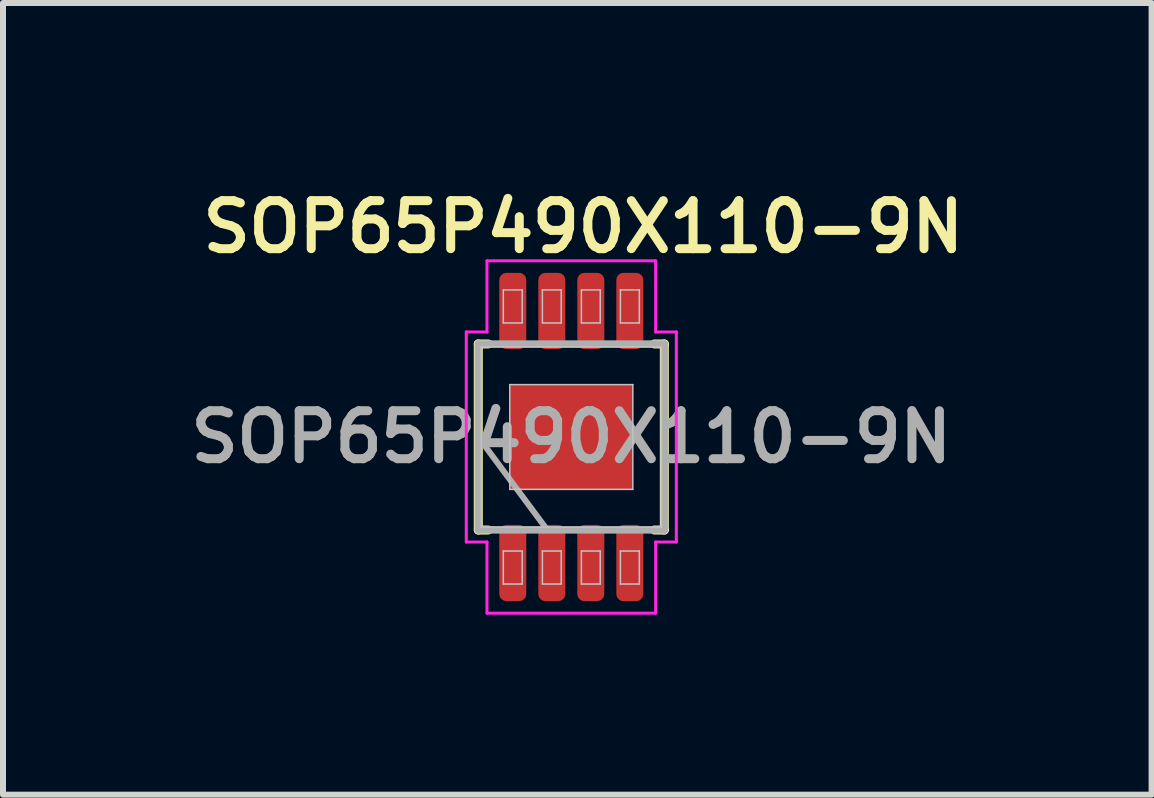
<source format=kicad_pcb>
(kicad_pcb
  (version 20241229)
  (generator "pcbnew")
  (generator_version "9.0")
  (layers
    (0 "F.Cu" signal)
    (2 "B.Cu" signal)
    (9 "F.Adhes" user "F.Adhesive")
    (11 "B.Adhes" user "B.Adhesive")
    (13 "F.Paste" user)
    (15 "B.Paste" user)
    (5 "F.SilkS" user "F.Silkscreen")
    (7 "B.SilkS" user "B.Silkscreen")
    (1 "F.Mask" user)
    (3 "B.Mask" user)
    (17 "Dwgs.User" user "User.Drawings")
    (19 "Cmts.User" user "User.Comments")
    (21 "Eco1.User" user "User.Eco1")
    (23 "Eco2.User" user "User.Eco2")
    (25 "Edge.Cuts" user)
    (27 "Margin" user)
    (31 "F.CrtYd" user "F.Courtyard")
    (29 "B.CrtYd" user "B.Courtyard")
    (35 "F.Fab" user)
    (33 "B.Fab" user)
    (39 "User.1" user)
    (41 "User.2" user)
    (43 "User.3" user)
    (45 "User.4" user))
  (footprint "SOP65P490X110-9N"
    (layer "F.Cu")
    (at 6.469 4.231)
    (property "Reference" "SOP65P490X110-9N" (at 0.2 -3.5 0) (layer "F.SilkS") (effects (font (size 0.8 0.8) (thickness 0.15))))
    (attr smd)
    (fp_line (start -1.55 -1.55) (end -1.385 -1.55) (stroke (width 0.15) (type solid)) (layer "F.SilkS"))
    (fp_line (start -1.55 1.55) (end -1.55 -1.55) (stroke (width 0.15) (type solid)) (layer "F.SilkS"))
    (fp_line (start -1.385 1.55) (end -1.55 1.55) (stroke (width 0.15) (type solid)) (layer "F.SilkS"))
    (fp_line (start 1.385 1.55) (end 1.55 1.55) (stroke (width 0.15) (type solid)) (layer "F.SilkS"))
    (fp_line (start 1.55 -1.55) (end 1.385 -1.55) (stroke (width 0.15) (type solid)) (layer "F.SilkS"))
    (fp_line (start 1.55 1.55) (end 1.55 -1.55) (stroke (width 0.15) (type solid)) (layer "F.SilkS"))
    (fp_line (start -1.5 -1.5) (end 1.5 -1.5) (stroke (width 0.025) (type solid)) (layer "Dwgs.User"))
    (fp_line (start -1.5 1.5) (end -1.5 -1.5) (stroke (width 0.025) (type solid)) (layer "Dwgs.User"))
    (fp_line (start -1.133 -2.45) (end -0.818 -2.45) (stroke (width 0.025) (type solid)) (layer "Dwgs.User"))
    (fp_line (start -1.133 -1.9) (end -1.133 -2.45) (stroke (width 0.025) (type solid)) (layer "Dwgs.User"))
    (fp_line (start -1.133 1.9) (end -0.818 1.9) (stroke (width 0.025) (type solid)) (layer "Dwgs.User"))
    (fp_line (start -1.133 2.45) (end -1.133 1.9) (stroke (width 0.025) (type solid)) (layer "Dwgs.User"))
    (fp_line (start -1.025 -0.873) (end 1.025 -0.873) (stroke (width 0.025) (type solid)) (layer "Dwgs.User"))
    (fp_line (start -1.025 0.873) (end -1.025 -0.873) (stroke (width 0.025) (type solid)) (layer "Dwgs.User"))
    (fp_line (start -0.818 -2.45) (end -0.818 -1.9) (stroke (width 0.025) (type solid)) (layer "Dwgs.User"))
    (fp_line (start -0.818 -1.9) (end -1.133 -1.9) (stroke (width 0.025) (type solid)) (layer "Dwgs.User"))
    (fp_line (start -0.818 1.9) (end -0.818 2.45) (stroke (width 0.025) (type solid)) (layer "Dwgs.User"))
    (fp_line (start -0.818 2.45) (end -1.133 2.45) (stroke (width 0.025) (type solid)) (layer "Dwgs.User"))
    (fp_line (start -0.482 -2.45) (end -0.168 -2.45) (stroke (width 0.025) (type solid)) (layer "Dwgs.User"))
    (fp_line (start -0.482 -1.9) (end -0.482 -2.45) (stroke (width 0.025) (type solid)) (layer "Dwgs.User"))
    (fp_line (start -0.482 1.9) (end -0.168 1.9) (stroke (width 0.025) (type solid)) (layer "Dwgs.User"))
    (fp_line (start -0.482 2.45) (end -0.482 1.9) (stroke (width 0.025) (type solid)) (layer "Dwgs.User"))
    (fp_line (start -0.168 -2.45) (end -0.168 -1.9) (stroke (width 0.025) (type solid)) (layer "Dwgs.User"))
    (fp_line (start -0.168 -1.9) (end -0.482 -1.9) (stroke (width 0.025) (type solid)) (layer "Dwgs.User"))
    (fp_line (start -0.168 1.9) (end -0.168 2.45) (stroke (width 0.025) (type solid)) (layer "Dwgs.User"))
    (fp_line (start -0.168 2.45) (end -0.482 2.45) (stroke (width 0.025) (type solid)) (layer "Dwgs.User"))
    (fp_line (start 0.168 -2.45) (end 0.482 -2.45) (stroke (width 0.025) (type solid)) (layer "Dwgs.User"))
    (fp_line (start 0.168 -1.9) (end 0.168 -2.45) (stroke (width 0.025) (type solid)) (layer "Dwgs.User"))
    (fp_line (start 0.168 1.9) (end 0.482 1.9) (stroke (width 0.025) (type solid)) (layer "Dwgs.User"))
    (fp_line (start 0.168 2.45) (end 0.168 1.9) (stroke (width 0.025) (type solid)) (layer "Dwgs.User"))
    (fp_line (start 0.482 -2.45) (end 0.482 -1.9) (stroke (width 0.025) (type solid)) (layer "Dwgs.User"))
    (fp_line (start 0.482 -1.9) (end 0.168 -1.9) (stroke (width 0.025) (type solid)) (layer "Dwgs.User"))
    (fp_line (start 0.482 1.9) (end 0.482 2.45) (stroke (width 0.025) (type solid)) (layer "Dwgs.User"))
    (fp_line (start 0.482 2.45) (end 0.168 2.45) (stroke (width 0.025) (type solid)) (layer "Dwgs.User"))
    (fp_line (start 0.818 -2.45) (end 1.133 -2.45) (stroke (width 0.025) (type solid)) (layer "Dwgs.User"))
    (fp_line (start 0.818 -1.9) (end 0.818 -2.45) (stroke (width 0.025) (type solid)) (layer "Dwgs.User"))
    (fp_line (start 0.818 1.9) (end 1.133 1.9) (stroke (width 0.025) (type solid)) (layer "Dwgs.User"))
    (fp_line (start 0.818 2.45) (end 0.818 1.9) (stroke (width 0.025) (type solid)) (layer "Dwgs.User"))
    (fp_line (start 1.025 -0.873) (end 1.025 0.873) (stroke (width 0.025) (type solid)) (layer "Dwgs.User"))
    (fp_line (start 1.025 0.873) (end -1.025 0.873) (stroke (width 0.025) (type solid)) (layer "Dwgs.User"))
    (fp_line (start 1.133 -2.45) (end 1.133 -1.9) (stroke (width 0.025) (type solid)) (layer "Dwgs.User"))
    (fp_line (start 1.133 -1.9) (end 0.818 -1.9) (stroke (width 0.025) (type solid)) (layer "Dwgs.User"))
    (fp_line (start 1.133 1.9) (end 1.133 2.45) (stroke (width 0.025) (type solid)) (layer "Dwgs.User"))
    (fp_line (start 1.133 2.45) (end 0.818 2.45) (stroke (width 0.025) (type solid)) (layer "Dwgs.User"))
    (fp_line (start 1.5 -1.5) (end 1.5 1.5) (stroke (width 0.025) (type solid)) (layer "Dwgs.User"))
    (fp_line (start 1.5 1.5) (end -1.5 1.5) (stroke (width 0.025) (type solid)) (layer "Dwgs.User"))
    (fp_line (start -1.75 -1.75) (end -1.75 1.75) (stroke (width 0.05) (type solid)) (layer "F.CrtYd"))
    (fp_line (start -1.75 1.75) (end -1.405 1.75) (stroke (width 0.05) (type solid)) (layer "F.CrtYd"))
    (fp_line (start -1.405 -2.935) (end -1.405 -1.75) (stroke (width 0.05) (type solid)) (layer "F.CrtYd"))
    (fp_line (start -1.405 -1.75) (end -1.75 -1.75) (stroke (width 0.05) (type solid)) (layer "F.CrtYd"))
    (fp_line (start -1.405 1.75) (end -1.405 2.935) (stroke (width 0.05) (type solid)) (layer "F.CrtYd"))
    (fp_line (start -1.405 2.935) (end 1.405 2.935) (stroke (width 0.05) (type solid)) (layer "F.CrtYd"))
    (fp_line (start 1.405 -2.935) (end -1.405 -2.935) (stroke (width 0.05) (type solid)) (layer "F.CrtYd"))
    (fp_line (start 1.405 -1.75) (end 1.405 -2.935) (stroke (width 0.05) (type solid)) (layer "F.CrtYd"))
    (fp_line (start 1.405 1.75) (end 1.75 1.75) (stroke (width 0.05) (type solid)) (layer "F.CrtYd"))
    (fp_line (start 1.405 2.935) (end 1.405 1.75) (stroke (width 0.05) (type solid)) (layer "F.CrtYd"))
    (fp_line (start 1.75 -1.75) (end 1.405 -1.75) (stroke (width 0.05) (type solid)) (layer "F.CrtYd"))
    (fp_line (start 1.75 1.75) (end 1.75 -1.75) (stroke (width 0.05) (type solid)) (layer "F.CrtYd"))
    (fp_line (start -1.55 -1.55) (end 1.55 -1.55) (stroke (width 0.12) (type solid)) (layer "F.Fab"))
    (fp_line (start -1.55 1.55) (end -1.55 -1.55) (stroke (width 0.12) (type solid)) (layer "F.Fab"))
    (fp_line (start 1.55 -1.55) (end 1.55 1.55) (stroke (width 0.12) (type solid)) (layer "F.Fab"))
    (fp_line (start 1.55 1.55) (end -1.55 1.55) (stroke (width 0.12) (type solid)) (layer "F.Fab"))
    (fp_poly (pts (xy -0.4 1.55) (xy -1.55 1.55) (xy -1.55 0)) (stroke (width 0.1) (type solid)) (fill no) (layer "F.Fab"))
    (fp_text user "${REFERENCE}" (at 0 0 0) (layer "F.Fab") (effects (font (size 0.8 0.8) (thickness 0.15))))
    (pad "" smd rect (at -0.515 -0.44 90) (size 0.62 0.77) (layers "F.Paste"))
    (pad "" smd rect (at -0.515 0.44 90) (size 0.62 0.77) (layers "F.Paste"))
    (pad "" smd rect (at 0.515 -0.44 90) (size 0.62 0.77) (layers "F.Paste"))
    (pad "" smd rect (at 0.515 0.44 90) (size 0.62 0.77) (layers "F.Paste"))
    (pad "1" smd roundrect (at -0.975 2.1 90) (size 1.27 0.45) (layers "F.Cu" "F.Mask" "F.Paste") (roundrect_rratio 0.261))
    (pad "2" smd roundrect (at -0.325 2.1 90) (size 1.27 0.45) (layers "F.Cu" "F.Mask" "F.Paste") (roundrect_rratio 0.261))
    (pad "3" smd roundrect (at 0.325 2.1 90) (size 1.27 0.45) (layers "F.Cu" "F.Mask" "F.Paste") (roundrect_rratio 0.261))
    (pad "4" smd roundrect (at 0.975 2.1 90) (size 1.27 0.45) (layers "F.Cu" "F.Mask" "F.Paste") (roundrect_rratio 0.261))
    (pad "5" smd roundrect (at 0.975 -2.1 90) (size 1.27 0.45) (layers "F.Cu" "F.Mask" "F.Paste") (roundrect_rratio 0.261))
    (pad "6" smd roundrect (at 0.325 -2.1 90) (size 1.27 0.45) (layers "F.Cu" "F.Mask" "F.Paste") (roundrect_rratio 0.261))
    (pad "7" smd roundrect (at -0.325 -2.1 90) (size 1.27 0.45) (layers "F.Cu" "F.Mask" "F.Paste") (roundrect_rratio 0.261))
    (pad "8" smd roundrect (at -0.975 -2.1 90) (size 1.27 0.45) (layers "F.Cu" "F.Mask" "F.Paste") (roundrect_rratio 0.261))
    (pad "9" smd rect (at 0 0 90) (size 1.746 2.05) (layers "F.Cu" "F.Mask")))
  (gr_rect
    (start -3 -3)
    (end 16.138 10.191)
    (stroke (width 0.1) (type default))
    (fill no)
    (layer "Edge.Cuts")))
</source>
